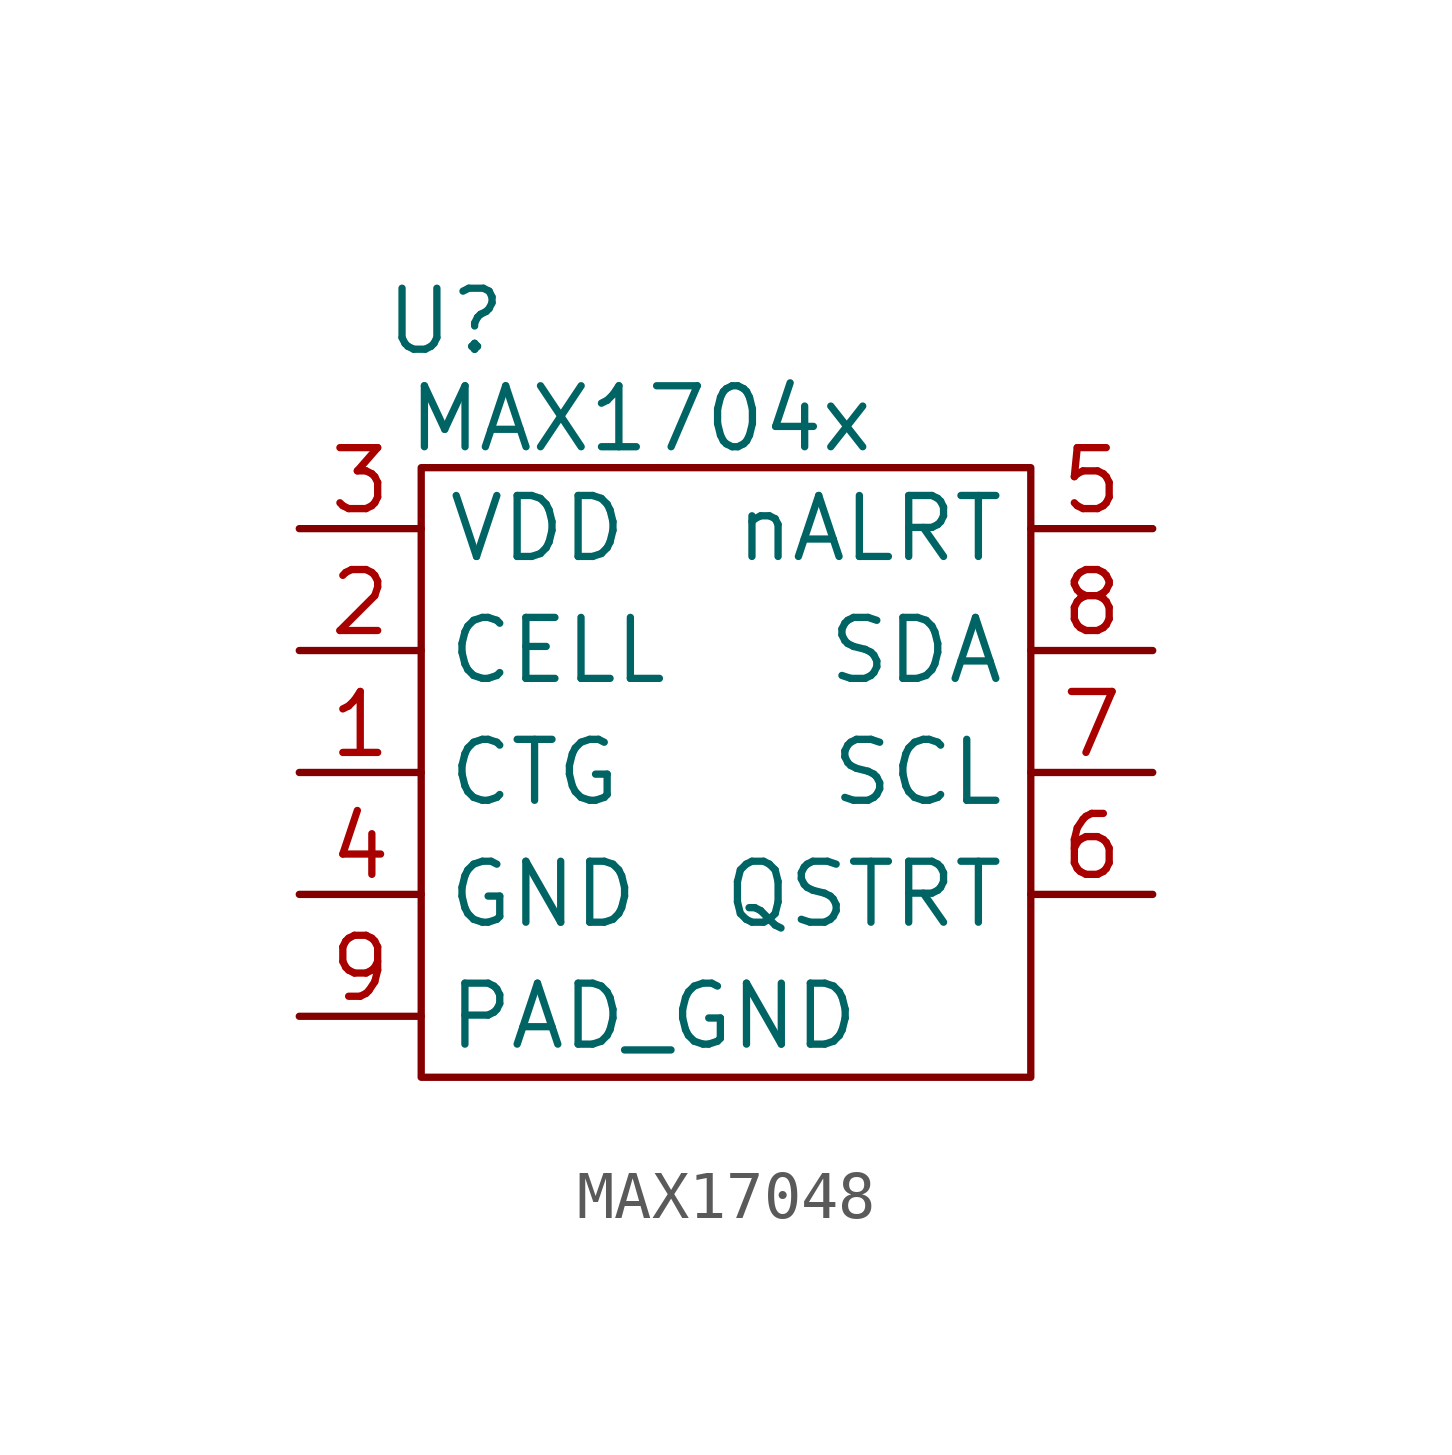
<source format=kicad_sym>
(kicad_symbol_lib
  (version 20231120)
  (generator "kicad_symbol_editor")
  (generator_version "8.0")
  (symbol "MAX17048"
    (property "Reference" "U"
      (at -5.842 9.398 0)
      (effects (font (size 1.27 1.27))))
    (property "Value" "MAX1704x"
      (at -1.778 7.366 0)
      (effects (font (size 1.27 1.27))))
    (symbol "MAX17048_0_1"
      (rectangle (start -6.35 6.35) (end 6.35 -6.35) (stroke (width 0) (type default)) (fill (type none))))
    (symbol "MAX17048_1_1"
      (pin output line (at -8.89 0 0) (length 2.54) (name "CTG" (effects (font (size 1.27 1.27)))) (number "1" (effects (font (size 1.27 1.27)))))
      (pin input line (at -8.89 2.54 0) (length 2.54) (name "CELL" (effects (font (size 1.27 1.27)))) (number "2" (effects (font (size 1.27 1.27)))))
      (pin power_in line (at -8.89 5.08 0) (length 2.54) (name "VDD" (effects (font (size 1.27 1.27)))) (number "3" (effects (font (size 1.27 1.27)))))
      (pin power_in line (at -8.89 -2.54 0) (length 2.54) (name "GND" (effects (font (size 1.27 1.27)))) (number "4" (effects (font (size 1.27 1.27)))))
      (pin input line (at 8.89 5.08 180) (length 2.54) (name "nALRT" (effects (font (size 1.27 1.27)))) (number "5" (effects (font (size 1.27 1.27)))))
      (pin input line (at 8.89 -2.54 180) (length 2.54) (name "QSTRT" (effects (font (size 1.27 1.27)))) (number "6" (effects (font (size 1.27 1.27)))))
      (pin input line (at 8.89 0 180) (length 2.54) (name "SCL" (effects (font (size 1.27 1.27)))) (number "7" (effects (font (size 1.27 1.27)))))
      (pin input line (at 8.89 2.54 180) (length 2.54) (name "SDA" (effects (font (size 1.27 1.27)))) (number "8" (effects (font (size 1.27 1.27)))))
      (pin power_in line (at -8.89 -5.08 0) (length 2.54) (name "PAD_GND" (effects (font (size 1.27 1.27)))) (number "9" (effects (font (size 1.27 1.27))))))))
</source>
